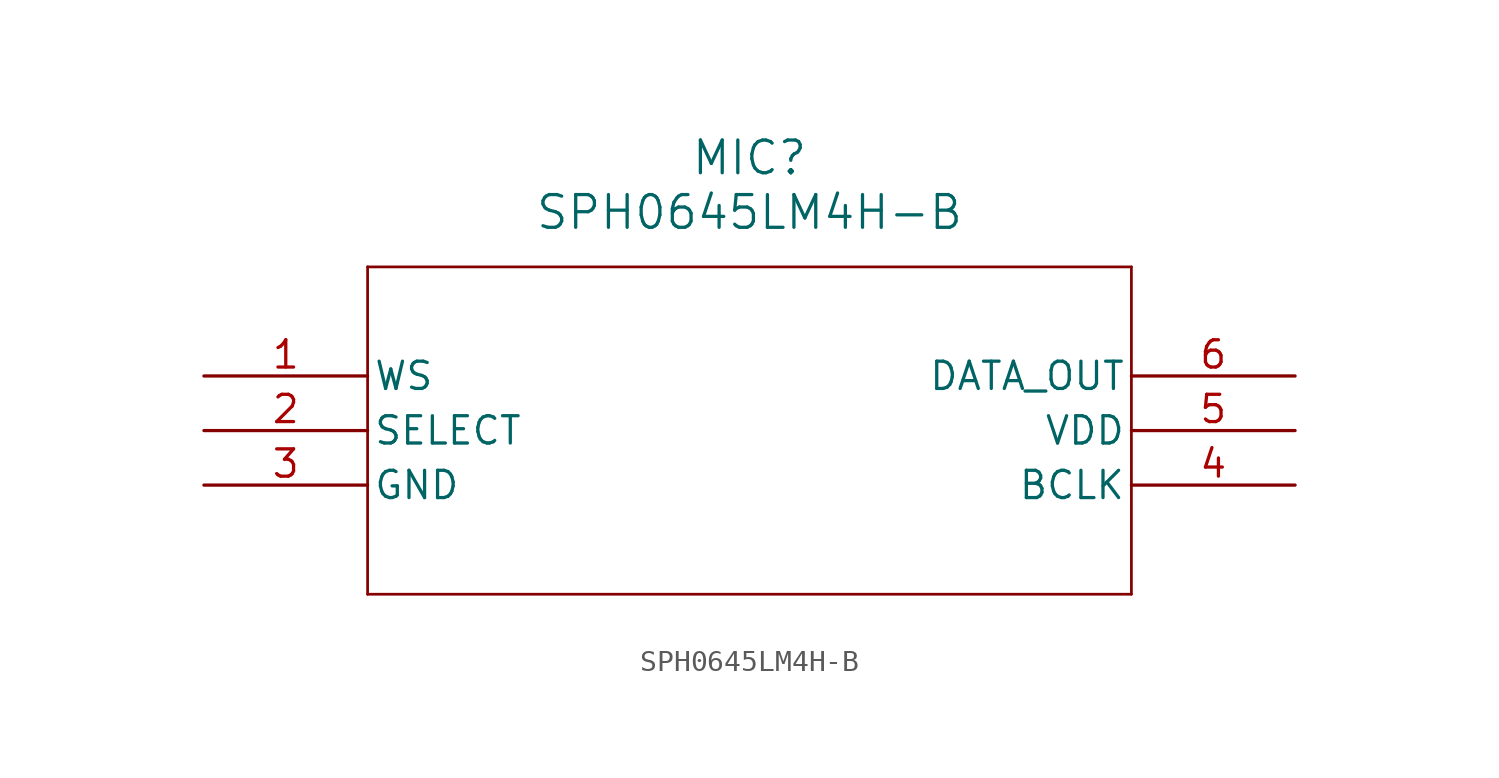
<source format=kicad_sym>
(kicad_symbol_lib
  (version 20211014)
  (generator kicad_symbol_editor)
  (symbol "SPH0645LM4H-B"
    (pin_names
      (offset 0.254))
    (property "Reference" "MIC"
      (at 25.4 10.16 0)
      (effects (font (size 1.524 1.524))))
    (property "Value" "SPH0645LM4H-B"
      (at 25.4 7.62 0)
      (effects (font (size 1.524 1.524))))
    (symbol "SPH0645LM4H-B_0_1"
      (polyline (pts (xy 7.62 5.08) (xy 7.62 -10.16)) (stroke (width 0.127) (type default) (color 0 0 0 0)) (fill (type none)))
      (polyline (pts (xy 7.62 -10.16) (xy 43.18 -10.16)) (stroke (width 0.127) (type default) (color 0 0 0 0)) (fill (type none)))
      (polyline (pts (xy 43.18 -10.16) (xy 43.18 5.08)) (stroke (width 0.127) (type default) (color 0 0 0 0)) (fill (type none)))
      (polyline (pts (xy 43.18 5.08) (xy 7.62 5.08)) (stroke (width 0.127) (type default) (color 0 0 0 0)) (fill (type none)))
      (pin input line (at 0 0 0) (length 7.62) (name "WS" (effects (font (size 1.27 1.27)))) (number "1" (effects (font (size 1.27 1.27)))))
      (pin input line (at 0 -2.54 0) (length 7.62) (name "SELECT" (effects (font (size 1.27 1.27)))) (number "2" (effects (font (size 1.27 1.27)))))
      (pin power_out line (at 0 -5.08 0) (length 7.62) (name "GND" (effects (font (size 1.27 1.27)))) (number "3" (effects (font (size 1.27 1.27)))))
      (pin input line (at 50.8 -5.08 180) (length 7.62) (name "BCLK" (effects (font (size 1.27 1.27)))) (number "4" (effects (font (size 1.27 1.27)))))
      (pin power_in line (at 50.8 -2.54 180) (length 7.62) (name "VDD" (effects (font (size 1.27 1.27)))) (number "5" (effects (font (size 1.27 1.27)))))
      (pin output line (at 50.8 0 180) (length 7.62) (name "DATA_OUT" (effects (font (size 1.27 1.27)))) (number "6" (effects (font (size 1.27 1.27))))))))
</source>
